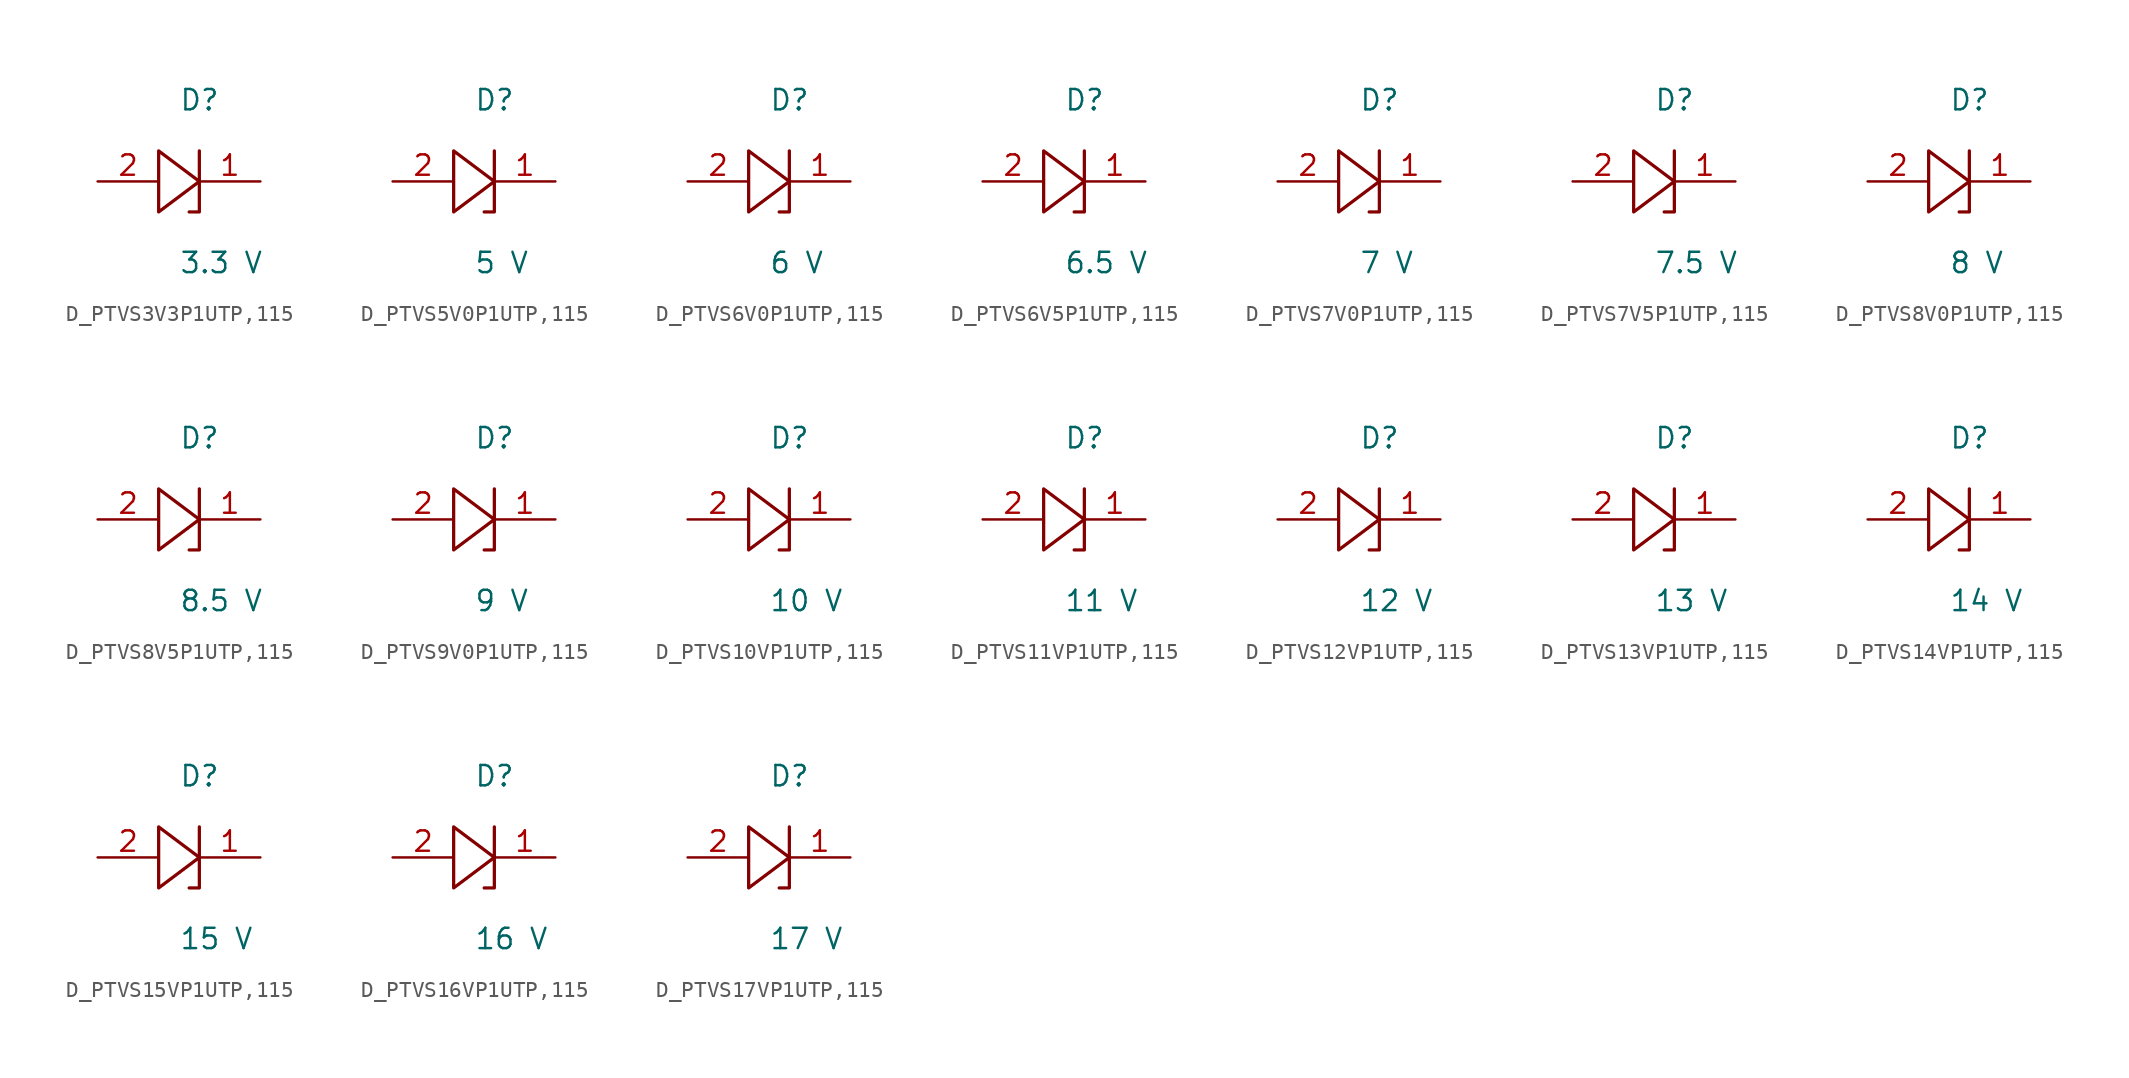
<source format=kicad_sym>
(kicad_symbol_lib
  (version 20231120)
  (generator kicad_symbol_editor)
  (generator_version 8.0)
  (symbol "D_PTVS3V3P1UTP,115"
    (pin_names
      (offset 0.254))
    (property "Reference" "D"
      (at 0.0 5.08 0)
      (effects (font (size 1.27 1.27)) (justify left)))
    (property "Value" "3.3 V"
      (at 0.0 -5.08 0)
      (effects (font (size 1.27 1.27)) (justify left)))
    (symbol "D_PTVS3V3P1UTP,115_1_0"
      (polyline (pts (xy 1.27 1.905) (xy 1.27 0) (xy -1.27 1.905) (xy -1.27 -1.905) (xy 1.27 0) (xy 1.27 -1.905) (xy 0.635 -1.905)) (stroke (width 0.203) (type default)) (fill (type none)))
      (pin unspecified line (at 5.08 0 180) (length 3.81) (name "" (effects (font (size 1.27 1.27)))) (number "1" (effects (font (size 1.27 1.27)))))
      (pin unspecified line (at -5.08 0 0) (length 3.81) (name "" (effects (font (size 1.27 1.27)))) (number "2" (effects (font (size 1.27 1.27)))))))
  (symbol "D_PTVS5V0P1UTP,115"
    (pin_names
      (offset 0.254))
    (property "Reference" "D"
      (at 0.0 5.08 0)
      (effects (font (size 1.27 1.27)) (justify left)))
    (property "Value" "5 V"
      (at 0.0 -5.08 0)
      (effects (font (size 1.27 1.27)) (justify left)))
    (symbol "D_PTVS5V0P1UTP,115_1_0"
      (polyline (pts (xy 1.27 1.905) (xy 1.27 0) (xy -1.27 1.905) (xy -1.27 -1.905) (xy 1.27 0) (xy 1.27 -1.905) (xy 0.635 -1.905)) (stroke (width 0.203) (type default)) (fill (type none)))
      (pin unspecified line (at 5.08 0 180) (length 3.81) (name "" (effects (font (size 1.27 1.27)))) (number "1" (effects (font (size 1.27 1.27)))))
      (pin unspecified line (at -5.08 0 0) (length 3.81) (name "" (effects (font (size 1.27 1.27)))) (number "2" (effects (font (size 1.27 1.27)))))))
  (symbol "D_PTVS6V0P1UTP,115"
    (pin_names
      (offset 0.254))
    (property "Reference" "D"
      (at 0.0 5.08 0)
      (effects (font (size 1.27 1.27)) (justify left)))
    (property "Value" "6 V"
      (at 0.0 -5.08 0)
      (effects (font (size 1.27 1.27)) (justify left)))
    (symbol "D_PTVS6V0P1UTP,115_1_0"
      (polyline (pts (xy 1.27 1.905) (xy 1.27 0) (xy -1.27 1.905) (xy -1.27 -1.905) (xy 1.27 0) (xy 1.27 -1.905) (xy 0.635 -1.905)) (stroke (width 0.203) (type default)) (fill (type none)))
      (pin unspecified line (at 5.08 0 180) (length 3.81) (name "" (effects (font (size 1.27 1.27)))) (number "1" (effects (font (size 1.27 1.27)))))
      (pin unspecified line (at -5.08 0 0) (length 3.81) (name "" (effects (font (size 1.27 1.27)))) (number "2" (effects (font (size 1.27 1.27)))))))
  (symbol "D_PTVS6V5P1UTP,115"
    (pin_names
      (offset 0.254))
    (property "Reference" "D"
      (at 0.0 5.08 0)
      (effects (font (size 1.27 1.27)) (justify left)))
    (property "Value" "6.5 V"
      (at 0.0 -5.08 0)
      (effects (font (size 1.27 1.27)) (justify left)))
    (symbol "D_PTVS6V5P1UTP,115_1_0"
      (polyline (pts (xy 1.27 1.905) (xy 1.27 0) (xy -1.27 1.905) (xy -1.27 -1.905) (xy 1.27 0) (xy 1.27 -1.905) (xy 0.635 -1.905)) (stroke (width 0.203) (type default)) (fill (type none)))
      (pin unspecified line (at 5.08 0 180) (length 3.81) (name "" (effects (font (size 1.27 1.27)))) (number "1" (effects (font (size 1.27 1.27)))))
      (pin unspecified line (at -5.08 0 0) (length 3.81) (name "" (effects (font (size 1.27 1.27)))) (number "2" (effects (font (size 1.27 1.27)))))))
  (symbol "D_PTVS7V0P1UTP,115"
    (pin_names
      (offset 0.254))
    (property "Reference" "D"
      (at 0.0 5.08 0)
      (effects (font (size 1.27 1.27)) (justify left)))
    (property "Value" "7 V"
      (at 0.0 -5.08 0)
      (effects (font (size 1.27 1.27)) (justify left)))
    (symbol "D_PTVS7V0P1UTP,115_1_0"
      (polyline (pts (xy 1.27 1.905) (xy 1.27 0) (xy -1.27 1.905) (xy -1.27 -1.905) (xy 1.27 0) (xy 1.27 -1.905) (xy 0.635 -1.905)) (stroke (width 0.203) (type default)) (fill (type none)))
      (pin unspecified line (at 5.08 0 180) (length 3.81) (name "" (effects (font (size 1.27 1.27)))) (number "1" (effects (font (size 1.27 1.27)))))
      (pin unspecified line (at -5.08 0 0) (length 3.81) (name "" (effects (font (size 1.27 1.27)))) (number "2" (effects (font (size 1.27 1.27)))))))
  (symbol "D_PTVS7V5P1UTP,115"
    (pin_names
      (offset 0.254))
    (property "Reference" "D"
      (at 0.0 5.08 0)
      (effects (font (size 1.27 1.27)) (justify left)))
    (property "Value" "7.5 V"
      (at 0.0 -5.08 0)
      (effects (font (size 1.27 1.27)) (justify left)))
    (symbol "D_PTVS7V5P1UTP,115_1_0"
      (polyline (pts (xy 1.27 1.905) (xy 1.27 0) (xy -1.27 1.905) (xy -1.27 -1.905) (xy 1.27 0) (xy 1.27 -1.905) (xy 0.635 -1.905)) (stroke (width 0.203) (type default)) (fill (type none)))
      (pin unspecified line (at 5.08 0 180) (length 3.81) (name "" (effects (font (size 1.27 1.27)))) (number "1" (effects (font (size 1.27 1.27)))))
      (pin unspecified line (at -5.08 0 0) (length 3.81) (name "" (effects (font (size 1.27 1.27)))) (number "2" (effects (font (size 1.27 1.27)))))))
  (symbol "D_PTVS8V0P1UTP,115"
    (pin_names
      (offset 0.254))
    (property "Reference" "D"
      (at 0.0 5.08 0)
      (effects (font (size 1.27 1.27)) (justify left)))
    (property "Value" "8 V"
      (at 0.0 -5.08 0)
      (effects (font (size 1.27 1.27)) (justify left)))
    (symbol "D_PTVS8V0P1UTP,115_1_0"
      (polyline (pts (xy 1.27 1.905) (xy 1.27 0) (xy -1.27 1.905) (xy -1.27 -1.905) (xy 1.27 0) (xy 1.27 -1.905) (xy 0.635 -1.905)) (stroke (width 0.203) (type default)) (fill (type none)))
      (pin unspecified line (at 5.08 0 180) (length 3.81) (name "" (effects (font (size 1.27 1.27)))) (number "1" (effects (font (size 1.27 1.27)))))
      (pin unspecified line (at -5.08 0 0) (length 3.81) (name "" (effects (font (size 1.27 1.27)))) (number "2" (effects (font (size 1.27 1.27)))))))
  (symbol "D_PTVS8V5P1UTP,115"
    (pin_names
      (offset 0.254))
    (property "Reference" "D"
      (at 0.0 5.08 0)
      (effects (font (size 1.27 1.27)) (justify left)))
    (property "Value" "8.5 V"
      (at 0.0 -5.08 0)
      (effects (font (size 1.27 1.27)) (justify left)))
    (symbol "D_PTVS8V5P1UTP,115_1_0"
      (polyline (pts (xy 1.27 1.905) (xy 1.27 0) (xy -1.27 1.905) (xy -1.27 -1.905) (xy 1.27 0) (xy 1.27 -1.905) (xy 0.635 -1.905)) (stroke (width 0.203) (type default)) (fill (type none)))
      (pin unspecified line (at 5.08 0 180) (length 3.81) (name "" (effects (font (size 1.27 1.27)))) (number "1" (effects (font (size 1.27 1.27)))))
      (pin unspecified line (at -5.08 0 0) (length 3.81) (name "" (effects (font (size 1.27 1.27)))) (number "2" (effects (font (size 1.27 1.27)))))))
  (symbol "D_PTVS9V0P1UTP,115"
    (pin_names
      (offset 0.254))
    (property "Reference" "D"
      (at 0.0 5.08 0)
      (effects (font (size 1.27 1.27)) (justify left)))
    (property "Value" "9 V"
      (at 0.0 -5.08 0)
      (effects (font (size 1.27 1.27)) (justify left)))
    (symbol "D_PTVS9V0P1UTP,115_1_0"
      (polyline (pts (xy 1.27 1.905) (xy 1.27 0) (xy -1.27 1.905) (xy -1.27 -1.905) (xy 1.27 0) (xy 1.27 -1.905) (xy 0.635 -1.905)) (stroke (width 0.203) (type default)) (fill (type none)))
      (pin unspecified line (at 5.08 0 180) (length 3.81) (name "" (effects (font (size 1.27 1.27)))) (number "1" (effects (font (size 1.27 1.27)))))
      (pin unspecified line (at -5.08 0 0) (length 3.81) (name "" (effects (font (size 1.27 1.27)))) (number "2" (effects (font (size 1.27 1.27)))))))
  (symbol "D_PTVS10VP1UTP,115"
    (pin_names
      (offset 0.254))
    (property "Reference" "D"
      (at 0.0 5.08 0)
      (effects (font (size 1.27 1.27)) (justify left)))
    (property "Value" "10 V"
      (at 0.0 -5.08 0)
      (effects (font (size 1.27 1.27)) (justify left)))
    (symbol "D_PTVS10VP1UTP,115_1_0"
      (polyline (pts (xy 1.27 1.905) (xy 1.27 0) (xy -1.27 1.905) (xy -1.27 -1.905) (xy 1.27 0) (xy 1.27 -1.905) (xy 0.635 -1.905)) (stroke (width 0.203) (type default)) (fill (type none)))
      (pin unspecified line (at 5.08 0 180) (length 3.81) (name "" (effects (font (size 1.27 1.27)))) (number "1" (effects (font (size 1.27 1.27)))))
      (pin unspecified line (at -5.08 0 0) (length 3.81) (name "" (effects (font (size 1.27 1.27)))) (number "2" (effects (font (size 1.27 1.27)))))))
  (symbol "D_PTVS11VP1UTP,115"
    (pin_names
      (offset 0.254))
    (property "Reference" "D"
      (at 0.0 5.08 0)
      (effects (font (size 1.27 1.27)) (justify left)))
    (property "Value" "11 V"
      (at 0.0 -5.08 0)
      (effects (font (size 1.27 1.27)) (justify left)))
    (symbol "D_PTVS11VP1UTP,115_1_0"
      (polyline (pts (xy 1.27 1.905) (xy 1.27 0) (xy -1.27 1.905) (xy -1.27 -1.905) (xy 1.27 0) (xy 1.27 -1.905) (xy 0.635 -1.905)) (stroke (width 0.203) (type default)) (fill (type none)))
      (pin unspecified line (at 5.08 0 180) (length 3.81) (name "" (effects (font (size 1.27 1.27)))) (number "1" (effects (font (size 1.27 1.27)))))
      (pin unspecified line (at -5.08 0 0) (length 3.81) (name "" (effects (font (size 1.27 1.27)))) (number "2" (effects (font (size 1.27 1.27)))))))
  (symbol "D_PTVS12VP1UTP,115"
    (pin_names
      (offset 0.254))
    (property "Reference" "D"
      (at 0.0 5.08 0)
      (effects (font (size 1.27 1.27)) (justify left)))
    (property "Value" "12 V"
      (at 0.0 -5.08 0)
      (effects (font (size 1.27 1.27)) (justify left)))
    (symbol "D_PTVS12VP1UTP,115_1_0"
      (polyline (pts (xy 1.27 1.905) (xy 1.27 0) (xy -1.27 1.905) (xy -1.27 -1.905) (xy 1.27 0) (xy 1.27 -1.905) (xy 0.635 -1.905)) (stroke (width 0.203) (type default)) (fill (type none)))
      (pin unspecified line (at 5.08 0 180) (length 3.81) (name "" (effects (font (size 1.27 1.27)))) (number "1" (effects (font (size 1.27 1.27)))))
      (pin unspecified line (at -5.08 0 0) (length 3.81) (name "" (effects (font (size 1.27 1.27)))) (number "2" (effects (font (size 1.27 1.27)))))))
  (symbol "D_PTVS13VP1UTP,115"
    (pin_names
      (offset 0.254))
    (property "Reference" "D"
      (at 0.0 5.08 0)
      (effects (font (size 1.27 1.27)) (justify left)))
    (property "Value" "13 V"
      (at 0.0 -5.08 0)
      (effects (font (size 1.27 1.27)) (justify left)))
    (symbol "D_PTVS13VP1UTP,115_1_0"
      (polyline (pts (xy 1.27 1.905) (xy 1.27 0) (xy -1.27 1.905) (xy -1.27 -1.905) (xy 1.27 0) (xy 1.27 -1.905) (xy 0.635 -1.905)) (stroke (width 0.203) (type default)) (fill (type none)))
      (pin unspecified line (at 5.08 0 180) (length 3.81) (name "" (effects (font (size 1.27 1.27)))) (number "1" (effects (font (size 1.27 1.27)))))
      (pin unspecified line (at -5.08 0 0) (length 3.81) (name "" (effects (font (size 1.27 1.27)))) (number "2" (effects (font (size 1.27 1.27)))))))
  (symbol "D_PTVS14VP1UTP,115"
    (pin_names
      (offset 0.254))
    (property "Reference" "D"
      (at 0.0 5.08 0)
      (effects (font (size 1.27 1.27)) (justify left)))
    (property "Value" "14 V"
      (at 0.0 -5.08 0)
      (effects (font (size 1.27 1.27)) (justify left)))
    (symbol "D_PTVS14VP1UTP,115_1_0"
      (polyline (pts (xy 1.27 1.905) (xy 1.27 0) (xy -1.27 1.905) (xy -1.27 -1.905) (xy 1.27 0) (xy 1.27 -1.905) (xy 0.635 -1.905)) (stroke (width 0.203) (type default)) (fill (type none)))
      (pin unspecified line (at 5.08 0 180) (length 3.81) (name "" (effects (font (size 1.27 1.27)))) (number "1" (effects (font (size 1.27 1.27)))))
      (pin unspecified line (at -5.08 0 0) (length 3.81) (name "" (effects (font (size 1.27 1.27)))) (number "2" (effects (font (size 1.27 1.27)))))))
  (symbol "D_PTVS15VP1UTP,115"
    (pin_names
      (offset 0.254))
    (property "Reference" "D"
      (at 0.0 5.08 0)
      (effects (font (size 1.27 1.27)) (justify left)))
    (property "Value" "15 V"
      (at 0.0 -5.08 0)
      (effects (font (size 1.27 1.27)) (justify left)))
    (symbol "D_PTVS15VP1UTP,115_1_0"
      (polyline (pts (xy 1.27 1.905) (xy 1.27 0) (xy -1.27 1.905) (xy -1.27 -1.905) (xy 1.27 0) (xy 1.27 -1.905) (xy 0.635 -1.905)) (stroke (width 0.203) (type default)) (fill (type none)))
      (pin unspecified line (at 5.08 0 180) (length 3.81) (name "" (effects (font (size 1.27 1.27)))) (number "1" (effects (font (size 1.27 1.27)))))
      (pin unspecified line (at -5.08 0 0) (length 3.81) (name "" (effects (font (size 1.27 1.27)))) (number "2" (effects (font (size 1.27 1.27)))))))
  (symbol "D_PTVS16VP1UTP,115"
    (pin_names
      (offset 0.254))
    (property "Reference" "D"
      (at 0.0 5.08 0)
      (effects (font (size 1.27 1.27)) (justify left)))
    (property "Value" "16 V"
      (at 0.0 -5.08 0)
      (effects (font (size 1.27 1.27)) (justify left)))
    (symbol "D_PTVS16VP1UTP,115_1_0"
      (polyline (pts (xy 1.27 1.905) (xy 1.27 0) (xy -1.27 1.905) (xy -1.27 -1.905) (xy 1.27 0) (xy 1.27 -1.905) (xy 0.635 -1.905)) (stroke (width 0.203) (type default)) (fill (type none)))
      (pin unspecified line (at 5.08 0 180) (length 3.81) (name "" (effects (font (size 1.27 1.27)))) (number "1" (effects (font (size 1.27 1.27)))))
      (pin unspecified line (at -5.08 0 0) (length 3.81) (name "" (effects (font (size 1.27 1.27)))) (number "2" (effects (font (size 1.27 1.27)))))))
  (symbol "D_PTVS17VP1UTP,115"
    (pin_names
      (offset 0.254))
    (property "Reference" "D"
      (at 0.0 5.08 0)
      (effects (font (size 1.27 1.27)) (justify left)))
    (property "Value" "17 V"
      (at 0.0 -5.08 0)
      (effects (font (size 1.27 1.27)) (justify left)))
    (symbol "D_PTVS17VP1UTP,115_1_0"
      (polyline (pts (xy 1.27 1.905) (xy 1.27 0) (xy -1.27 1.905) (xy -1.27 -1.905) (xy 1.27 0) (xy 1.27 -1.905) (xy 0.635 -1.905)) (stroke (width 0.203) (type default)) (fill (type none)))
      (pin unspecified line (at 5.08 0 180) (length 3.81) (name "" (effects (font (size 1.27 1.27)))) (number "1" (effects (font (size 1.27 1.27)))))
      (pin unspecified line (at -5.08 0 0) (length 3.81) (name "" (effects (font (size 1.27 1.27)))) (number "2" (effects (font (size 1.27 1.27))))))))
</source>
